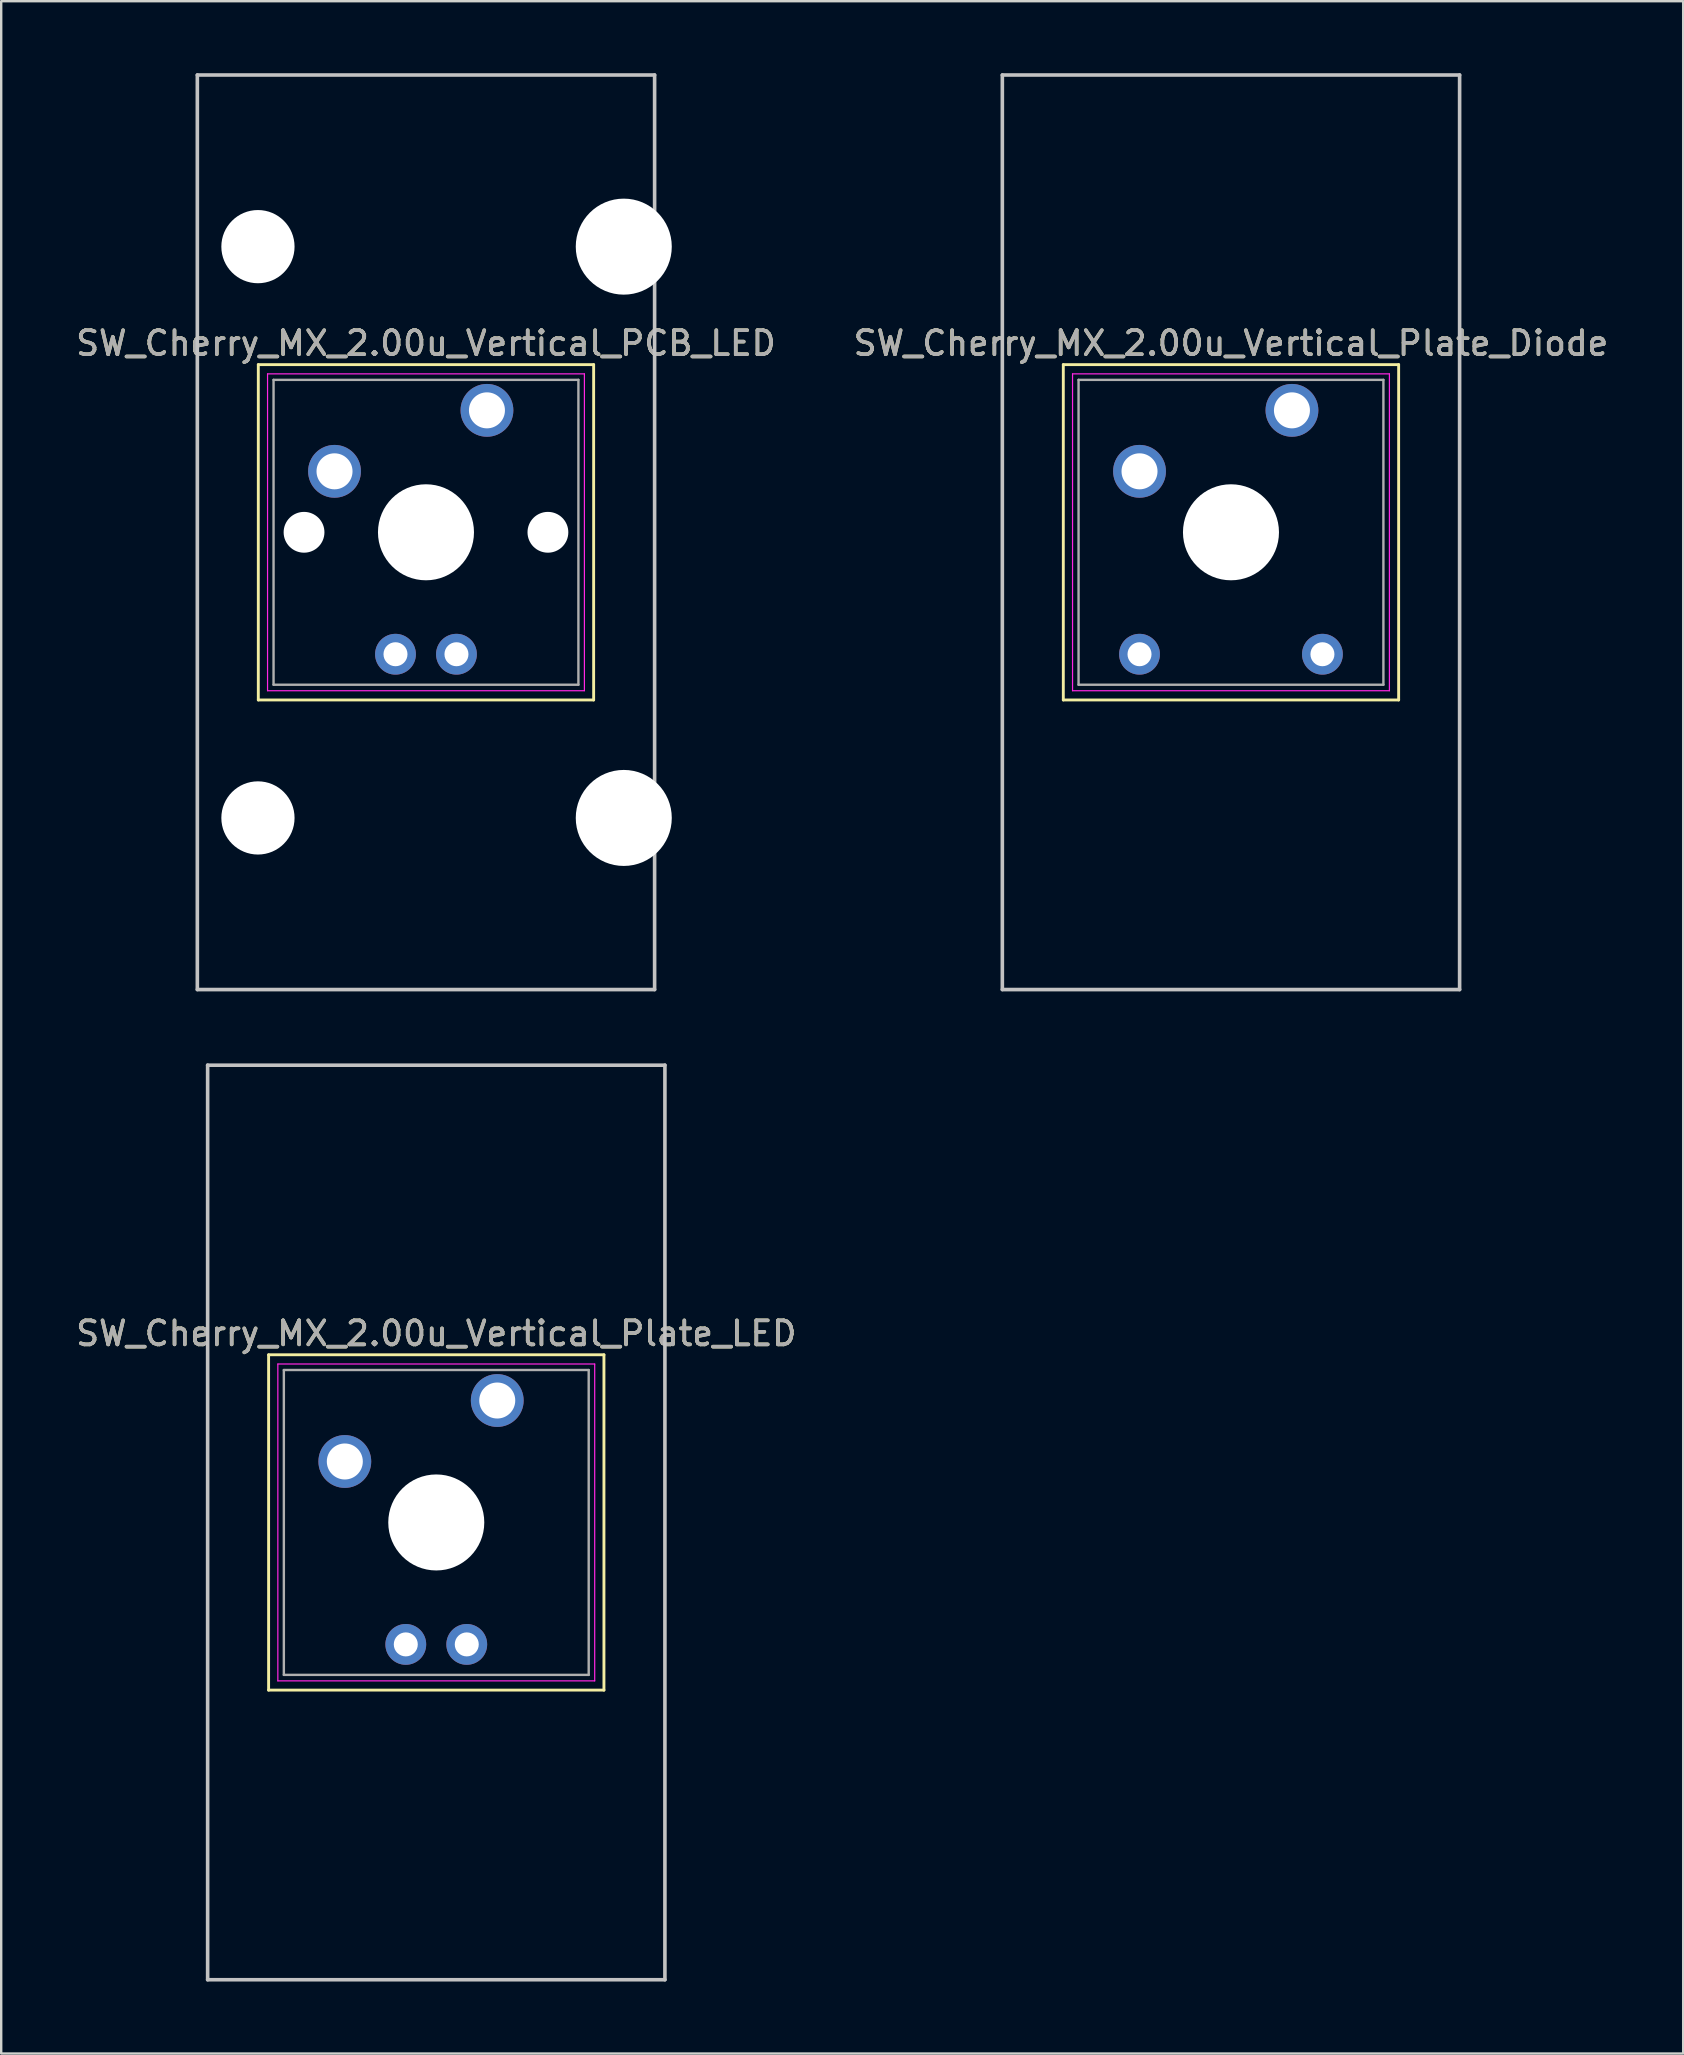
<source format=kicad_pcb>
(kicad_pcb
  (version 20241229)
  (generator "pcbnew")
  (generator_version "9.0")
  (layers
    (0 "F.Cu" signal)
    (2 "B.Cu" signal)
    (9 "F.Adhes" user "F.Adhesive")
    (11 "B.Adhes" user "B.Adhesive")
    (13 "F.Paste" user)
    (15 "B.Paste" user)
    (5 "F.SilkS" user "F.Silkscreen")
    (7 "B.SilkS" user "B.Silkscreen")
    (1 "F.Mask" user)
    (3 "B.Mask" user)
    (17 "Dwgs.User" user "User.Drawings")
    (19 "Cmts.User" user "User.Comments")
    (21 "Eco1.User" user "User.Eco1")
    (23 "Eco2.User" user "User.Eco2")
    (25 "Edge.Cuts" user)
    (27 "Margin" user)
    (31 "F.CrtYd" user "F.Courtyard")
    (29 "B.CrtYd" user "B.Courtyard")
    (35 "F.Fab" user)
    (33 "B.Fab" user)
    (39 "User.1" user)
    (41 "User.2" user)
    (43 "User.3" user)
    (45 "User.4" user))
  (footprint "SW_Cherry_MX_2.00u_Vertical_Plate_Diode"
    (layer "F.Cu")
    (at 50.772 14.045)
    (property "Reference" "SW_Cherry_MX_2.00u_Vertical_Plate_Diode" (at -2.54 -2.794 0) (layer "F.SilkS") (effects (font (size 1 1) (thickness 0.15))))
    (attr through_hole)
    (fp_line (start -9.525 -1.905) (end 4.445 -1.905) (stroke (width 0.12) (type solid)) (layer "F.SilkS"))
    (fp_line (start -9.525 12.065) (end -9.525 -1.905) (stroke (width 0.12) (type solid)) (layer "F.SilkS"))
    (fp_line (start 4.445 -1.905) (end 4.445 12.065) (stroke (width 0.12) (type solid)) (layer "F.SilkS"))
    (fp_line (start 4.445 12.065) (end -9.525 12.065) (stroke (width 0.12) (type solid)) (layer "F.SilkS"))
    (fp_line (start -12.065 -13.97) (end 6.985 -13.97) (stroke (width 0.15) (type solid)) (layer "Dwgs.User"))
    (fp_line (start -12.065 24.13) (end -12.065 -13.97) (stroke (width 0.15) (type solid)) (layer "Dwgs.User"))
    (fp_line (start 6.985 -13.97) (end 6.985 24.13) (stroke (width 0.15) (type solid)) (layer "Dwgs.User"))
    (fp_line (start 6.985 24.13) (end -12.065 24.13) (stroke (width 0.15) (type solid)) (layer "Dwgs.User"))
    (fp_line (start -9.14 -1.52) (end 4.06 -1.52) (stroke (width 0.05) (type solid)) (layer "F.CrtYd"))
    (fp_line (start -9.14 11.68) (end -9.14 -1.52) (stroke (width 0.05) (type solid)) (layer "F.CrtYd"))
    (fp_line (start 4.06 -1.52) (end 4.06 11.68) (stroke (width 0.05) (type solid)) (layer "F.CrtYd"))
    (fp_line (start 4.06 11.68) (end -9.14 11.68) (stroke (width 0.05) (type solid)) (layer "F.CrtYd"))
    (fp_line (start -8.89 -1.27) (end 3.81 -1.27) (stroke (width 0.1) (type solid)) (layer "F.Fab"))
    (fp_line (start -8.89 11.43) (end -8.89 -1.27) (stroke (width 0.1) (type solid)) (layer "F.Fab"))
    (fp_line (start 3.81 -1.27) (end 3.81 11.43) (stroke (width 0.1) (type solid)) (layer "F.Fab"))
    (fp_line (start 3.81 11.43) (end -8.89 11.43) (stroke (width 0.1) (type solid)) (layer "F.Fab"))
    (fp_text user "${REFERENCE}" (at -2.54 -2.794 0) (layer "F.Fab") (effects (font (size 1 1) (thickness 0.15))))
    (pad "" np_thru_hole circle (at -2.54 5.08) (size 4 4) (drill 4) (layers "*.Cu" "*.Mask"))
    (pad "1" thru_hole circle (at 0 0) (size 2.2 2.2) (drill 1.5) (layers "*.Cu" "*.Mask"))
    (pad "2" thru_hole circle (at -6.35 2.54) (size 2.2 2.2) (drill 1.5) (layers "*.Cu" "*.Mask"))
    (pad "3" thru_hole circle (at 1.27 10.16) (size 1.7 1.7) (drill 1) (layers "*.Cu" "*.Mask"))
    (pad "4" thru_hole circle (at -6.35 10.16) (size 1.7 1.7) (drill 1) (layers "*.Cu" "*.Mask")))
  (footprint "SW_Cherry_MX_2.00u_Vertical_PCB_LED"
    (layer "F.Cu")
    (at 17.236 14.045)
    (property "Reference" "SW_Cherry_MX_2.00u_Vertical_PCB_LED" (at -2.54 -2.794 0) (layer "F.SilkS") (effects (font (size 1 1) (thickness 0.15))))
    (attr through_hole)
    (fp_line (start -9.525 -1.905) (end 4.445 -1.905) (stroke (width 0.12) (type solid)) (layer "F.SilkS"))
    (fp_line (start -9.525 12.065) (end -9.525 -1.905) (stroke (width 0.12) (type solid)) (layer "F.SilkS"))
    (fp_line (start 4.445 -1.905) (end 4.445 12.065) (stroke (width 0.12) (type solid)) (layer "F.SilkS"))
    (fp_line (start 4.445 12.065) (end -9.525 12.065) (stroke (width 0.12) (type solid)) (layer "F.SilkS"))
    (fp_line (start -12.065 -13.97) (end 6.985 -13.97) (stroke (width 0.15) (type solid)) (layer "Dwgs.User"))
    (fp_line (start -12.065 24.13) (end -12.065 -13.97) (stroke (width 0.15) (type solid)) (layer "Dwgs.User"))
    (fp_line (start 6.985 -13.97) (end 6.985 24.13) (stroke (width 0.15) (type solid)) (layer "Dwgs.User"))
    (fp_line (start 6.985 24.13) (end -12.065 24.13) (stroke (width 0.15) (type solid)) (layer "Dwgs.User"))
    (fp_line (start -9.14 -1.52) (end 4.06 -1.52) (stroke (width 0.05) (type solid)) (layer "F.CrtYd"))
    (fp_line (start -9.14 11.68) (end -9.14 -1.52) (stroke (width 0.05) (type solid)) (layer "F.CrtYd"))
    (fp_line (start 4.06 -1.52) (end 4.06 11.68) (stroke (width 0.05) (type solid)) (layer "F.CrtYd"))
    (fp_line (start 4.06 11.68) (end -9.14 11.68) (stroke (width 0.05) (type solid)) (layer "F.CrtYd"))
    (fp_line (start -8.89 -1.27) (end 3.81 -1.27) (stroke (width 0.1) (type solid)) (layer "F.Fab"))
    (fp_line (start -8.89 11.43) (end -8.89 -1.27) (stroke (width 0.1) (type solid)) (layer "F.Fab"))
    (fp_line (start 3.81 -1.27) (end 3.81 11.43) (stroke (width 0.1) (type solid)) (layer "F.Fab"))
    (fp_line (start 3.81 11.43) (end -8.89 11.43) (stroke (width 0.1) (type solid)) (layer "F.Fab"))
    (fp_text user "${REFERENCE}" (at -2.54 -2.794 0) (layer "F.Fab") (effects (font (size 1 1) (thickness 0.15))))
    (pad "" np_thru_hole circle (at -9.54 -6.82) (size 3.05 3.05) (drill 3.05) (layers "*.Cu" "*.Mask"))
    (pad "" np_thru_hole circle (at -9.54 16.98) (size 3.05 3.05) (drill 3.05) (layers "*.Cu" "*.Mask"))
    (pad "" np_thru_hole circle (at -7.62 5.08) (size 1.7 1.7) (drill 1.7) (layers "*.Cu" "*.Mask"))
    (pad "" np_thru_hole circle (at -2.54 5.08) (size 4 4) (drill 4) (layers "*.Cu" "*.Mask"))
    (pad "" np_thru_hole circle (at 2.54 5.08) (size 1.7 1.7) (drill 1.7) (layers "*.Cu" "*.Mask"))
    (pad "" np_thru_hole circle (at 5.7 -6.82) (size 4 4) (drill 4) (layers "*.Cu" "*.Mask"))
    (pad "" np_thru_hole circle (at 5.7 16.98) (size 4 4) (drill 4) (layers "*.Cu" "*.Mask"))
    (pad "1" thru_hole circle (at 0 0) (size 2.2 2.2) (drill 1.5) (layers "*.Cu" "*.Mask"))
    (pad "2" thru_hole circle (at -6.35 2.54) (size 2.2 2.2) (drill 1.5) (layers "*.Cu" "*.Mask"))
    (pad "3" thru_hole circle (at -1.27 10.16) (size 1.7 1.7) (drill 1) (layers "*.Cu" "*.Mask"))
    (pad "4" thru_hole circle (at -3.81 10.16) (size 1.7 1.7) (drill 1) (layers "*.Cu" "*.Mask")))
  (footprint "SW_Cherry_MX_2.00u_Vertical_Plate_LED"
    (layer "F.Cu")
    (at 17.665 55.295)
    (property "Reference" "SW_Cherry_MX_2.00u_Vertical_Plate_LED" (at -2.54 -2.794 0) (layer "F.SilkS") (effects (font (size 1 1) (thickness 0.15))))
    (attr through_hole)
    (fp_line (start -9.525 -1.905) (end 4.445 -1.905) (stroke (width 0.12) (type solid)) (layer "F.SilkS"))
    (fp_line (start -9.525 12.065) (end -9.525 -1.905) (stroke (width 0.12) (type solid)) (layer "F.SilkS"))
    (fp_line (start 4.445 -1.905) (end 4.445 12.065) (stroke (width 0.12) (type solid)) (layer "F.SilkS"))
    (fp_line (start 4.445 12.065) (end -9.525 12.065) (stroke (width 0.12) (type solid)) (layer "F.SilkS"))
    (fp_line (start -12.065 -13.97) (end 6.985 -13.97) (stroke (width 0.15) (type solid)) (layer "Dwgs.User"))
    (fp_line (start -12.065 24.13) (end -12.065 -13.97) (stroke (width 0.15) (type solid)) (layer "Dwgs.User"))
    (fp_line (start 6.985 -13.97) (end 6.985 24.13) (stroke (width 0.15) (type solid)) (layer "Dwgs.User"))
    (fp_line (start 6.985 24.13) (end -12.065 24.13) (stroke (width 0.15) (type solid)) (layer "Dwgs.User"))
    (fp_line (start -9.14 -1.52) (end 4.06 -1.52) (stroke (width 0.05) (type solid)) (layer "F.CrtYd"))
    (fp_line (start -9.14 11.68) (end -9.14 -1.52) (stroke (width 0.05) (type solid)) (layer "F.CrtYd"))
    (fp_line (start 4.06 -1.52) (end 4.06 11.68) (stroke (width 0.05) (type solid)) (layer "F.CrtYd"))
    (fp_line (start 4.06 11.68) (end -9.14 11.68) (stroke (width 0.05) (type solid)) (layer "F.CrtYd"))
    (fp_line (start -8.89 -1.27) (end 3.81 -1.27) (stroke (width 0.1) (type solid)) (layer "F.Fab"))
    (fp_line (start -8.89 11.43) (end -8.89 -1.27) (stroke (width 0.1) (type solid)) (layer "F.Fab"))
    (fp_line (start 3.81 -1.27) (end 3.81 11.43) (stroke (width 0.1) (type solid)) (layer "F.Fab"))
    (fp_line (start 3.81 11.43) (end -8.89 11.43) (stroke (width 0.1) (type solid)) (layer "F.Fab"))
    (fp_text user "${REFERENCE}" (at -2.54 -2.794 0) (layer "F.Fab") (effects (font (size 1 1) (thickness 0.15))))
    (pad "" np_thru_hole circle (at -2.54 5.08) (size 4 4) (drill 4) (layers "*.Cu" "*.Mask"))
    (pad "1" thru_hole circle (at 0 0) (size 2.2 2.2) (drill 1.5) (layers "*.Cu" "*.Mask"))
    (pad "2" thru_hole circle (at -6.35 2.54) (size 2.2 2.2) (drill 1.5) (layers "*.Cu" "*.Mask"))
    (pad "3" thru_hole circle (at -1.27 10.16) (size 1.7 1.7) (drill 1) (layers "*.Cu" "*.Mask"))
    (pad "4" thru_hole circle (at -3.81 10.16) (size 1.7 1.7) (drill 1) (layers "*.Cu" "*.Mask")))
  (gr_rect
    (start -3 -3)
    (end 67.071 82.5)
    (stroke (width 0.1) (type default))
    (fill no)
    (layer "Edge.Cuts")))
</source>
